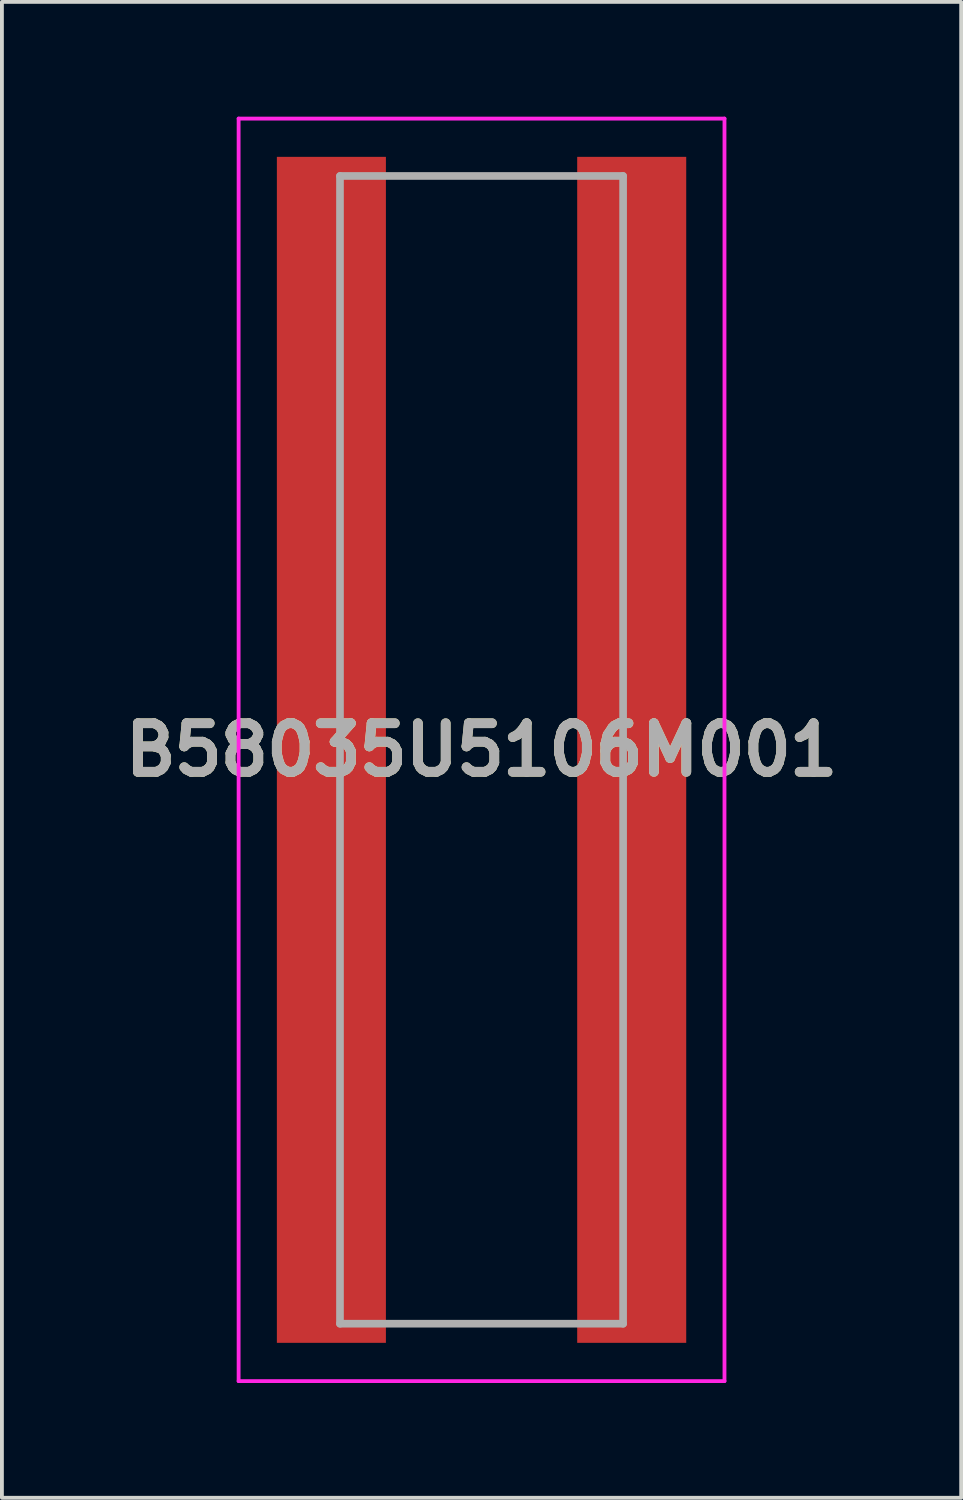
<source format=kicad_pcb>
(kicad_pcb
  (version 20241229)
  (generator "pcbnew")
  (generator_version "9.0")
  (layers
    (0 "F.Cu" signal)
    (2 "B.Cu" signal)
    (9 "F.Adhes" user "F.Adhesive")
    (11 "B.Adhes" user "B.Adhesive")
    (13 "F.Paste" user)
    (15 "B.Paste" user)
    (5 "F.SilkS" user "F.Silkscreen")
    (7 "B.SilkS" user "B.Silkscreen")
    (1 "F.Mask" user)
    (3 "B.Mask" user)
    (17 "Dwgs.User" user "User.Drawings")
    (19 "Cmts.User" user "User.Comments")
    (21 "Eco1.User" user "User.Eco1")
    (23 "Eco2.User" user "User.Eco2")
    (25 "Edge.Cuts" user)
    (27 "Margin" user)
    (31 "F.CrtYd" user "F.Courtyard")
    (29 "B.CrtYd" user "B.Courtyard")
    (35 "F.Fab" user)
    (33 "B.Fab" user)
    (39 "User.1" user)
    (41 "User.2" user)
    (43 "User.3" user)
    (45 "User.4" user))
  (footprint "B58035U5106M001"
    (layer "F.Cu")
    (at 9.537 16.55)
    (property "Reference" "B58035U5106M001" (at 0 0 0) (layer "F.SilkS") (effects (font (size 1.27 1.27) (thickness 0.254))))
    (attr smd)
    (fp_line (start -2 -15) (end 2 -15) (stroke (width 0.1) (type solid)) (layer "F.SilkS"))
    (fp_line (start -2 15) (end 2 15) (stroke (width 0.1) (type solid)) (layer "F.SilkS"))
    (fp_line (start -6.35 -16.5) (end 6.35 -16.5) (stroke (width 0.1) (type solid)) (layer "F.CrtYd"))
    (fp_line (start -6.35 16.5) (end -6.35 -16.5) (stroke (width 0.1) (type solid)) (layer "F.CrtYd"))
    (fp_line (start 6.35 -16.5) (end 6.35 16.5) (stroke (width 0.1) (type solid)) (layer "F.CrtYd"))
    (fp_line (start 6.35 16.5) (end -6.35 16.5) (stroke (width 0.1) (type solid)) (layer "F.CrtYd"))
    (fp_line (start -3.7 -15) (end 3.7 -15) (stroke (width 0.2) (type solid)) (layer "F.Fab"))
    (fp_line (start -3.7 15) (end -3.7 -15) (stroke (width 0.2) (type solid)) (layer "F.Fab"))
    (fp_line (start 3.7 -15) (end 3.7 15) (stroke (width 0.2) (type solid)) (layer "F.Fab"))
    (fp_line (start 3.7 15) (end -3.7 15) (stroke (width 0.2) (type solid)) (layer "F.Fab"))
    (fp_text user "${REFERENCE}" (at 0 0 0) (layer "F.Fab") (effects (font (size 1.27 1.27) (thickness 0.254))))
    (pad "1" smd rect (at -3.925 0) (size 2.85 31) (layers "F.Cu" "F.Mask" "F.Paste"))
    (pad "2" smd rect (at 3.925 0) (size 2.85 31) (layers "F.Cu" "F.Mask" "F.Paste")))
  (gr_rect
    (start -3 -3)
    (end 22.074 36.1)
    (stroke (width 0.1) (type default))
    (fill no)
    (layer "Edge.Cuts")))
</source>
